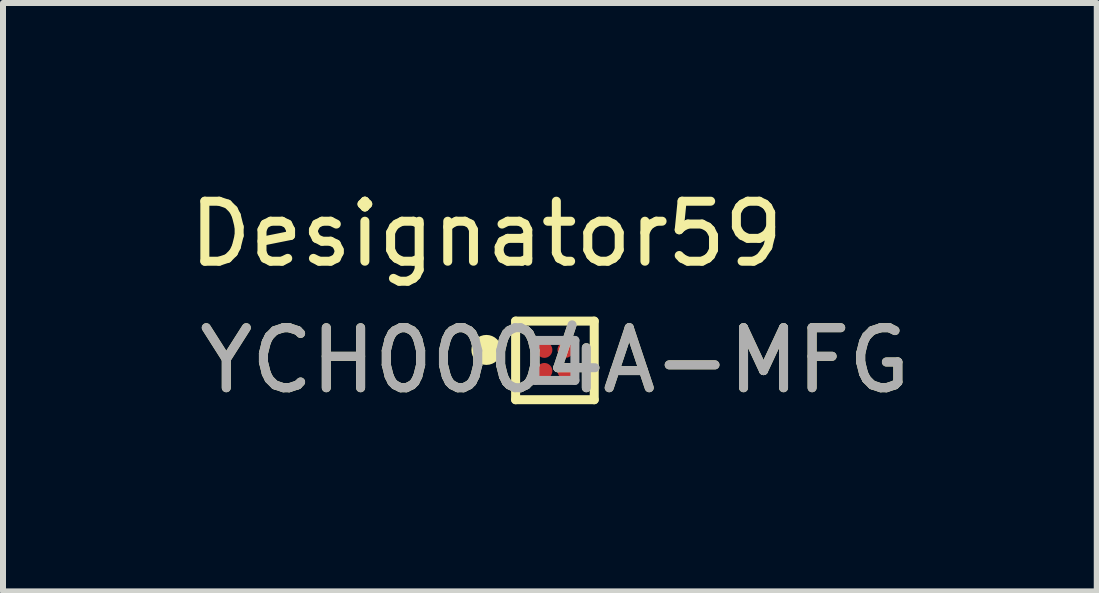
<source format=kicad_pcb>
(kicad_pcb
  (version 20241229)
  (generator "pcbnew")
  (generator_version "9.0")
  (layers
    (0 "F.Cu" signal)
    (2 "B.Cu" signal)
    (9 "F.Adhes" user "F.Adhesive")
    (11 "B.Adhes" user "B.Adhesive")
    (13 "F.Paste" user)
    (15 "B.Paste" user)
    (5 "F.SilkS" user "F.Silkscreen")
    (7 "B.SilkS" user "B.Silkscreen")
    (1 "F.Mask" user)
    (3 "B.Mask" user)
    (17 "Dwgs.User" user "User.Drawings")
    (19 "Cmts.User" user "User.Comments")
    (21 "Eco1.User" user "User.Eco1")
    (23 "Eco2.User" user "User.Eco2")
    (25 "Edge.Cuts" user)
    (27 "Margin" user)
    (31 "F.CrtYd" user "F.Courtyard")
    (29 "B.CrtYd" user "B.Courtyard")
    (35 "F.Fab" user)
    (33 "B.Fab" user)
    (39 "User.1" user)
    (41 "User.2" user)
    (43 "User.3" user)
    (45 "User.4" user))
  (footprint "YCH0004A-MFG"
    (layer "F.Cu")
    (at 6.197 2.956)
    (property "Reference" "YCH0004A-MFG" (at 0 0 0) (unlocked yes) (layer "F.SilkS") (effects (font (size 1 1) (thickness 0.15))))
    (attr smd)
    (fp_line (start -0.655 -0.655) (end 0.655 -0.655) (stroke (width 0.15) (type solid)) (layer "F.SilkS"))
    (fp_line (start -0.655 0.655) (end -0.655 -0.655) (stroke (width 0.15) (type solid)) (layer "F.SilkS"))
    (fp_line (start -0.655 0.655) (end 0.655 0.655) (stroke (width 0.15) (type solid)) (layer "F.SilkS"))
    (fp_line (start 0.655 0.655) (end 0.655 -0.655) (stroke (width 0.15) (type solid)) (layer "F.SilkS"))
    (fp_circle (center -1.142 -0.175) (end -1.017 -0.175) (stroke (width 0.25) (type solid)) (fill no) (layer "F.SilkS"))
    (fp_poly (pts (xy -0.23 -0.07) (xy -0.28 -0.12) (xy -0.28 -0.23) (xy -0.23 -0.28) (xy -0.12 -0.28) (xy -0.07 -0.23) (xy -0.07 -0.12) (xy -0.12 -0.07)) (stroke (width 0) (type solid)) (fill yes) (layer "F.Paste"))
    (fp_poly (pts (xy -0.07 0.23) (xy -0.12 0.28) (xy -0.23 0.28) (xy -0.28 0.23) (xy -0.28 0.12) (xy -0.23 0.07) (xy -0.12 0.07) (xy -0.07 0.12)) (stroke (width 0) (type solid)) (fill yes) (layer "F.Paste"))
    (fp_poly (pts (xy 0.07 0.12) (xy 0.12 0.07) (xy 0.23 0.07) (xy 0.28 0.12) (xy 0.28 0.23) (xy 0.23 0.28) (xy 0.12 0.28) (xy 0.07 0.23)) (stroke (width 0) (type solid)) (fill yes) (layer "F.Paste"))
    (fp_poly (pts (xy 0.23 -0.07) (xy 0.12 -0.07) (xy 0.07 -0.12) (xy 0.07 -0.23) (xy 0.12 -0.28) (xy 0.23 -0.28) (xy 0.28 -0.23) (xy 0.28 -0.12)) (stroke (width 0) (type solid)) (fill yes) (layer "F.Paste"))
    (fp_line (start -0.333 -0.333) (end 0.333 -0.333) (stroke (width 0.15) (type solid)) (layer "F.Fab"))
    (fp_line (start -0.333 0.333) (end -0.333 -0.333) (stroke (width 0.15) (type solid)) (layer "F.Fab"))
    (fp_line (start -0.333 0.333) (end 0.333 0.333) (stroke (width 0.15) (type solid)) (layer "F.Fab"))
    (fp_line (start 0.333 0.333) (end 0.333 -0.333) (stroke (width 0.15) (type solid)) (layer "F.Fab"))
    (fp_text user "Designator59" (at -1.143 -2.108 0) (unlocked yes) (layer "F.SilkS") (effects (font (size 1 1) (thickness 0.15))))
    (fp_text user "${REFERENCE}" (at 0 0 0) (unlocked yes) (layer "F.Fab") (effects (font (size 1 1) (thickness 0.15))))
    (pad "1" smd circle (at -0.175 -0.175) (size 0.265 0.265) (layers "F.Cu" "F.Mask"))
    (pad "2" smd circle (at 0.175 -0.175) (size 0.265 0.265) (layers "F.Cu" "F.Mask"))
    (pad "3" smd circle (at -0.175 0.175) (size 0.265 0.265) (layers "F.Cu" "F.Mask"))
    (pad "4" smd circle (at 0.175 0.175) (size 0.265 0.265) (layers "F.Cu" "F.Mask")))
  (gr_rect
    (start -3 -3)
    (end 15.226 6.805)
    (stroke (width 0.1) (type default))
    (fill no)
    (layer "Edge.Cuts")))
</source>
